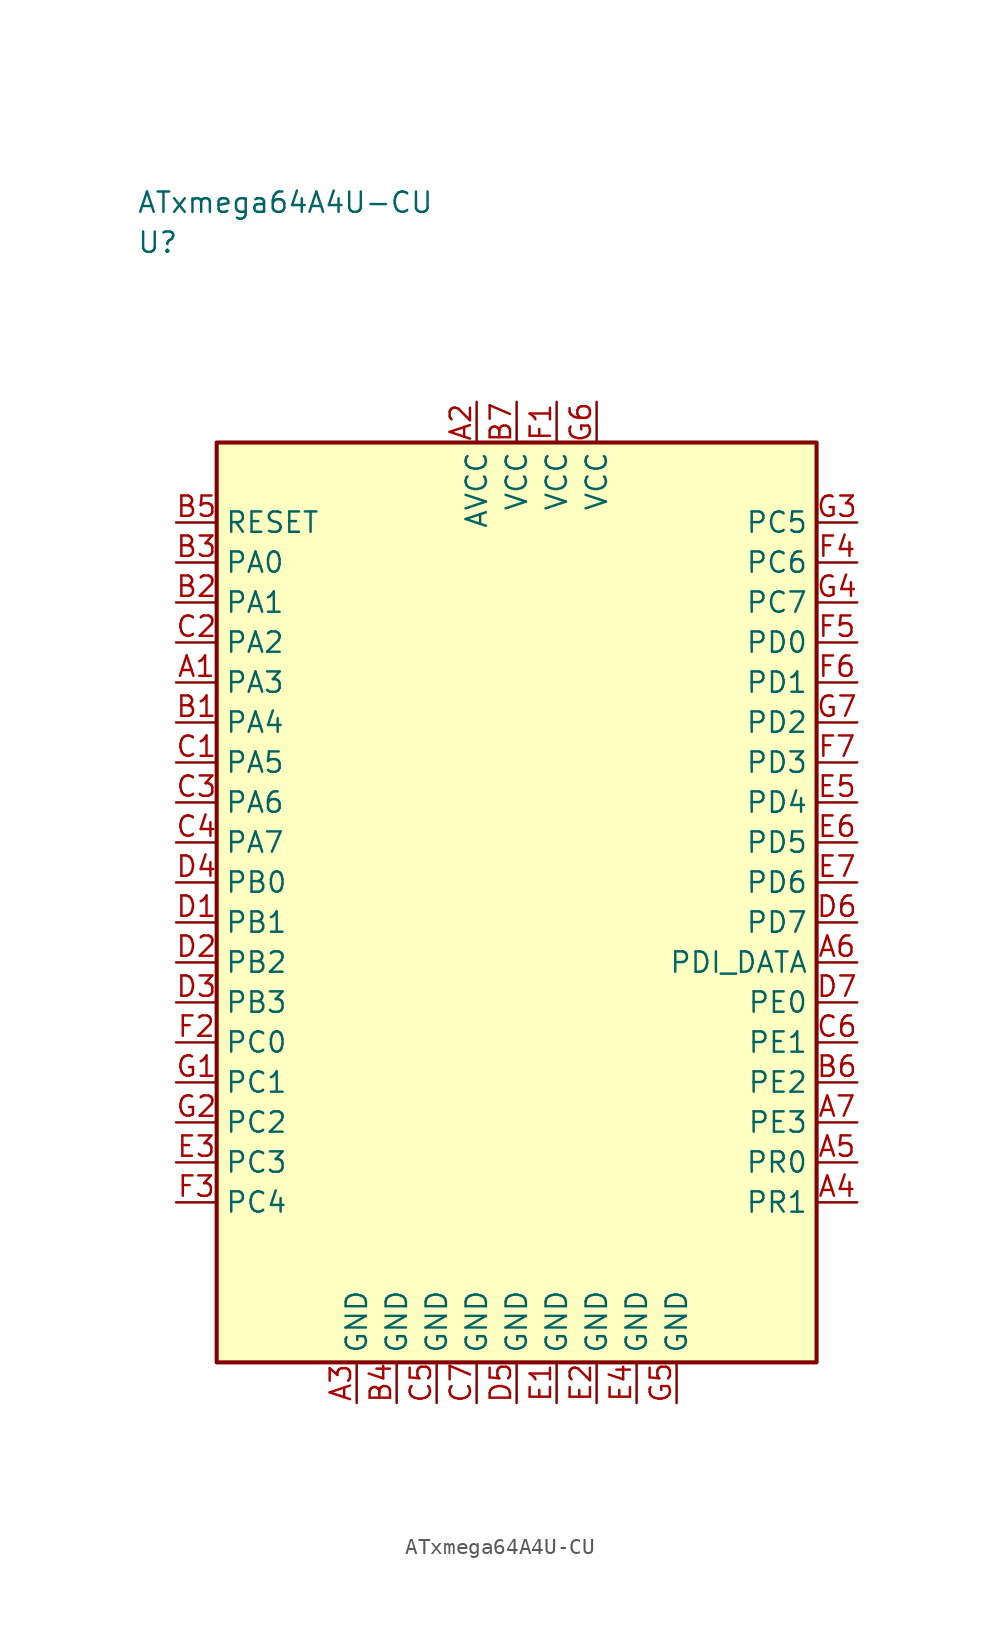
<source format=kicad_sym>
(kicad_symbol_lib
  (version 20241025)
  (generator "kicad_symbol_editor")
  (generator_version "8.0")
  (symbol "ATxmega64A4U-CU"
    (property "Reference" "U"
      (at -23.75 41.25 0)
      (effects (font (size 1.27 1.27)) (justify left)))
    (property "Value" "ATxmega64A4U-CU"
      (at -23.75 43.75 0)
      (effects (font (size 1.27 1.27)) (justify left)))
    (symbol "ATxmega64A4U-CU_0_1"
      (rectangle (start -18.75 28.75) (end 18.75 -28.75) (stroke (width 0.254) (type default)) (fill (type background))))
    (symbol "ATxmega64A4U-CU_1_1"
      (pin bidirectional line (at -21.29 13.75 0.0) (length 2.54) (name "PA3" (effects (font (size 1.27 1.27)))) (number "A1" (effects (font (size 1.27 1.27)))))
      (pin power_in line (at -2.5 31.29 270.0) (length 2.54) (name "AVCC" (effects (font (size 1.27 1.27)))) (number "A2" (effects (font (size 1.27 1.27)))))
      (pin passive line (at -10.0 -31.29 90.0) (length 2.54) (name "GND" (effects (font (size 1.27 1.27)))) (number "A3" (effects (font (size 1.27 1.27)))))
      (pin bidirectional line (at 21.29 -18.75 180.0) (length 2.54) (name "PR1" (effects (font (size 1.27 1.27)))) (number "A4" (effects (font (size 1.27 1.27)))))
      (pin bidirectional line (at 21.29 -16.25 180.0) (length 2.54) (name "PR0" (effects (font (size 1.27 1.27)))) (number "A5" (effects (font (size 1.27 1.27)))))
      (pin bidirectional line (at 21.29 -3.75 180.0) (length 2.54) (name "PDI_DATA" (effects (font (size 1.27 1.27)))) (number "A6" (effects (font (size 1.27 1.27)))))
      (pin bidirectional line (at 21.29 -13.75 180.0) (length 2.54) (name "PE3" (effects (font (size 1.27 1.27)))) (number "A7" (effects (font (size 1.27 1.27)))))
      (pin bidirectional line (at -21.29 11.25 0.0) (length 2.54) (name "PA4" (effects (font (size 1.27 1.27)))) (number "B1" (effects (font (size 1.27 1.27)))))
      (pin bidirectional line (at -21.29 18.75 0.0) (length 2.54) (name "PA1" (effects (font (size 1.27 1.27)))) (number "B2" (effects (font (size 1.27 1.27)))))
      (pin bidirectional line (at -21.29 21.25 0.0) (length 2.54) (name "PA0" (effects (font (size 1.27 1.27)))) (number "B3" (effects (font (size 1.27 1.27)))))
      (pin passive line (at -7.5 -31.29 90.0) (length 2.54) (name "GND" (effects (font (size 1.27 1.27)))) (number "B4" (effects (font (size 1.27 1.27)))))
      (pin input line (at -21.29 23.75 0.0) (length 2.54) (name "RESET" (effects (font (size 1.27 1.27)))) (number "B5" (effects (font (size 1.27 1.27)))))
      (pin bidirectional line (at 21.29 -11.25 180.0) (length 2.54) (name "PE2" (effects (font (size 1.27 1.27)))) (number "B6" (effects (font (size 1.27 1.27)))))
      (pin power_in line (at 0.0 31.29 270.0) (length 2.54) (name "VCC" (effects (font (size 1.27 1.27)))) (number "B7" (effects (font (size 1.27 1.27)))))
      (pin bidirectional line (at -21.29 8.75 0.0) (length 2.54) (name "PA5" (effects (font (size 1.27 1.27)))) (number "C1" (effects (font (size 1.27 1.27)))))
      (pin bidirectional line (at -21.29 16.25 0.0) (length 2.54) (name "PA2" (effects (font (size 1.27 1.27)))) (number "C2" (effects (font (size 1.27 1.27)))))
      (pin bidirectional line (at -21.29 6.25 0.0) (length 2.54) (name "PA6" (effects (font (size 1.27 1.27)))) (number "C3" (effects (font (size 1.27 1.27)))))
      (pin bidirectional line (at -21.29 3.75 0.0) (length 2.54) (name "PA7" (effects (font (size 1.27 1.27)))) (number "C4" (effects (font (size 1.27 1.27)))))
      (pin passive line (at -5.0 -31.29 90.0) (length 2.54) (name "GND" (effects (font (size 1.27 1.27)))) (number "C5" (effects (font (size 1.27 1.27)))))
      (pin bidirectional line (at 21.29 -8.75 180.0) (length 2.54) (name "PE1" (effects (font (size 1.27 1.27)))) (number "C6" (effects (font (size 1.27 1.27)))))
      (pin passive line (at -2.5 -31.29 90.0) (length 2.54) (name "GND" (effects (font (size 1.27 1.27)))) (number "C7" (effects (font (size 1.27 1.27)))))
      (pin bidirectional line (at -21.29 -1.25 0.0) (length 2.54) (name "PB1" (effects (font (size 1.27 1.27)))) (number "D1" (effects (font (size 1.27 1.27)))))
      (pin bidirectional line (at -21.29 -3.75 0.0) (length 2.54) (name "PB2" (effects (font (size 1.27 1.27)))) (number "D2" (effects (font (size 1.27 1.27)))))
      (pin bidirectional line (at -21.29 -6.25 0.0) (length 2.54) (name "PB3" (effects (font (size 1.27 1.27)))) (number "D3" (effects (font (size 1.27 1.27)))))
      (pin bidirectional line (at -21.29 1.25 0.0) (length 2.54) (name "PB0" (effects (font (size 1.27 1.27)))) (number "D4" (effects (font (size 1.27 1.27)))))
      (pin passive line (at 0.0 -31.29 90.0) (length 2.54) (name "GND" (effects (font (size 1.27 1.27)))) (number "D5" (effects (font (size 1.27 1.27)))))
      (pin bidirectional line (at 21.29 -1.25 180.0) (length 2.54) (name "PD7" (effects (font (size 1.27 1.27)))) (number "D6" (effects (font (size 1.27 1.27)))))
      (pin bidirectional line (at 21.29 -6.25 180.0) (length 2.54) (name "PE0" (effects (font (size 1.27 1.27)))) (number "D7" (effects (font (size 1.27 1.27)))))
      (pin passive line (at 2.5 -31.29 90.0) (length 2.54) (name "GND" (effects (font (size 1.27 1.27)))) (number "E1" (effects (font (size 1.27 1.27)))))
      (pin passive line (at 5.0 -31.29 90.0) (length 2.54) (name "GND" (effects (font (size 1.27 1.27)))) (number "E2" (effects (font (size 1.27 1.27)))))
      (pin bidirectional line (at -21.29 -16.25 0.0) (length 2.54) (name "PC3" (effects (font (size 1.27 1.27)))) (number "E3" (effects (font (size 1.27 1.27)))))
      (pin passive line (at 7.5 -31.29 90.0) (length 2.54) (name "GND" (effects (font (size 1.27 1.27)))) (number "E4" (effects (font (size 1.27 1.27)))))
      (pin bidirectional line (at 21.29 6.25 180.0) (length 2.54) (name "PD4" (effects (font (size 1.27 1.27)))) (number "E5" (effects (font (size 1.27 1.27)))))
      (pin bidirectional line (at 21.29 3.75 180.0) (length 2.54) (name "PD5" (effects (font (size 1.27 1.27)))) (number "E6" (effects (font (size 1.27 1.27)))))
      (pin bidirectional line (at 21.29 1.25 180.0) (length 2.54) (name "PD6" (effects (font (size 1.27 1.27)))) (number "E7" (effects (font (size 1.27 1.27)))))
      (pin power_in line (at 2.5 31.29 270.0) (length 2.54) (name "VCC" (effects (font (size 1.27 1.27)))) (number "F1" (effects (font (size 1.27 1.27)))))
      (pin bidirectional line (at -21.29 -8.75 0.0) (length 2.54) (name "PC0" (effects (font (size 1.27 1.27)))) (number "F2" (effects (font (size 1.27 1.27)))))
      (pin bidirectional line (at -21.29 -18.75 0.0) (length 2.54) (name "PC4" (effects (font (size 1.27 1.27)))) (number "F3" (effects (font (size 1.27 1.27)))))
      (pin bidirectional line (at 21.29 21.25 180.0) (length 2.54) (name "PC6" (effects (font (size 1.27 1.27)))) (number "F4" (effects (font (size 1.27 1.27)))))
      (pin bidirectional line (at 21.29 16.25 180.0) (length 2.54) (name "PD0" (effects (font (size 1.27 1.27)))) (number "F5" (effects (font (size 1.27 1.27)))))
      (pin bidirectional line (at 21.29 13.75 180.0) (length 2.54) (name "PD1" (effects (font (size 1.27 1.27)))) (number "F6" (effects (font (size 1.27 1.27)))))
      (pin bidirectional line (at 21.29 8.75 180.0) (length 2.54) (name "PD3" (effects (font (size 1.27 1.27)))) (number "F7" (effects (font (size 1.27 1.27)))))
      (pin bidirectional line (at -21.29 -11.25 0.0) (length 2.54) (name "PC1" (effects (font (size 1.27 1.27)))) (number "G1" (effects (font (size 1.27 1.27)))))
      (pin bidirectional line (at -21.29 -13.75 0.0) (length 2.54) (name "PC2" (effects (font (size 1.27 1.27)))) (number "G2" (effects (font (size 1.27 1.27)))))
      (pin bidirectional line (at 21.29 23.75 180.0) (length 2.54) (name "PC5" (effects (font (size 1.27 1.27)))) (number "G3" (effects (font (size 1.27 1.27)))))
      (pin bidirectional line (at 21.29 18.75 180.0) (length 2.54) (name "PC7" (effects (font (size 1.27 1.27)))) (number "G4" (effects (font (size 1.27 1.27)))))
      (pin passive line (at 10.0 -31.29 90.0) (length 2.54) (name "GND" (effects (font (size 1.27 1.27)))) (number "G5" (effects (font (size 1.27 1.27)))))
      (pin power_in line (at 5.0 31.29 270.0) (length 2.54) (name "VCC" (effects (font (size 1.27 1.27)))) (number "G6" (effects (font (size 1.27 1.27)))))
      (pin bidirectional line (at 21.29 11.25 180.0) (length 2.54) (name "PD2" (effects (font (size 1.27 1.27)))) (number "G7" (effects (font (size 1.27 1.27))))))))
</source>
